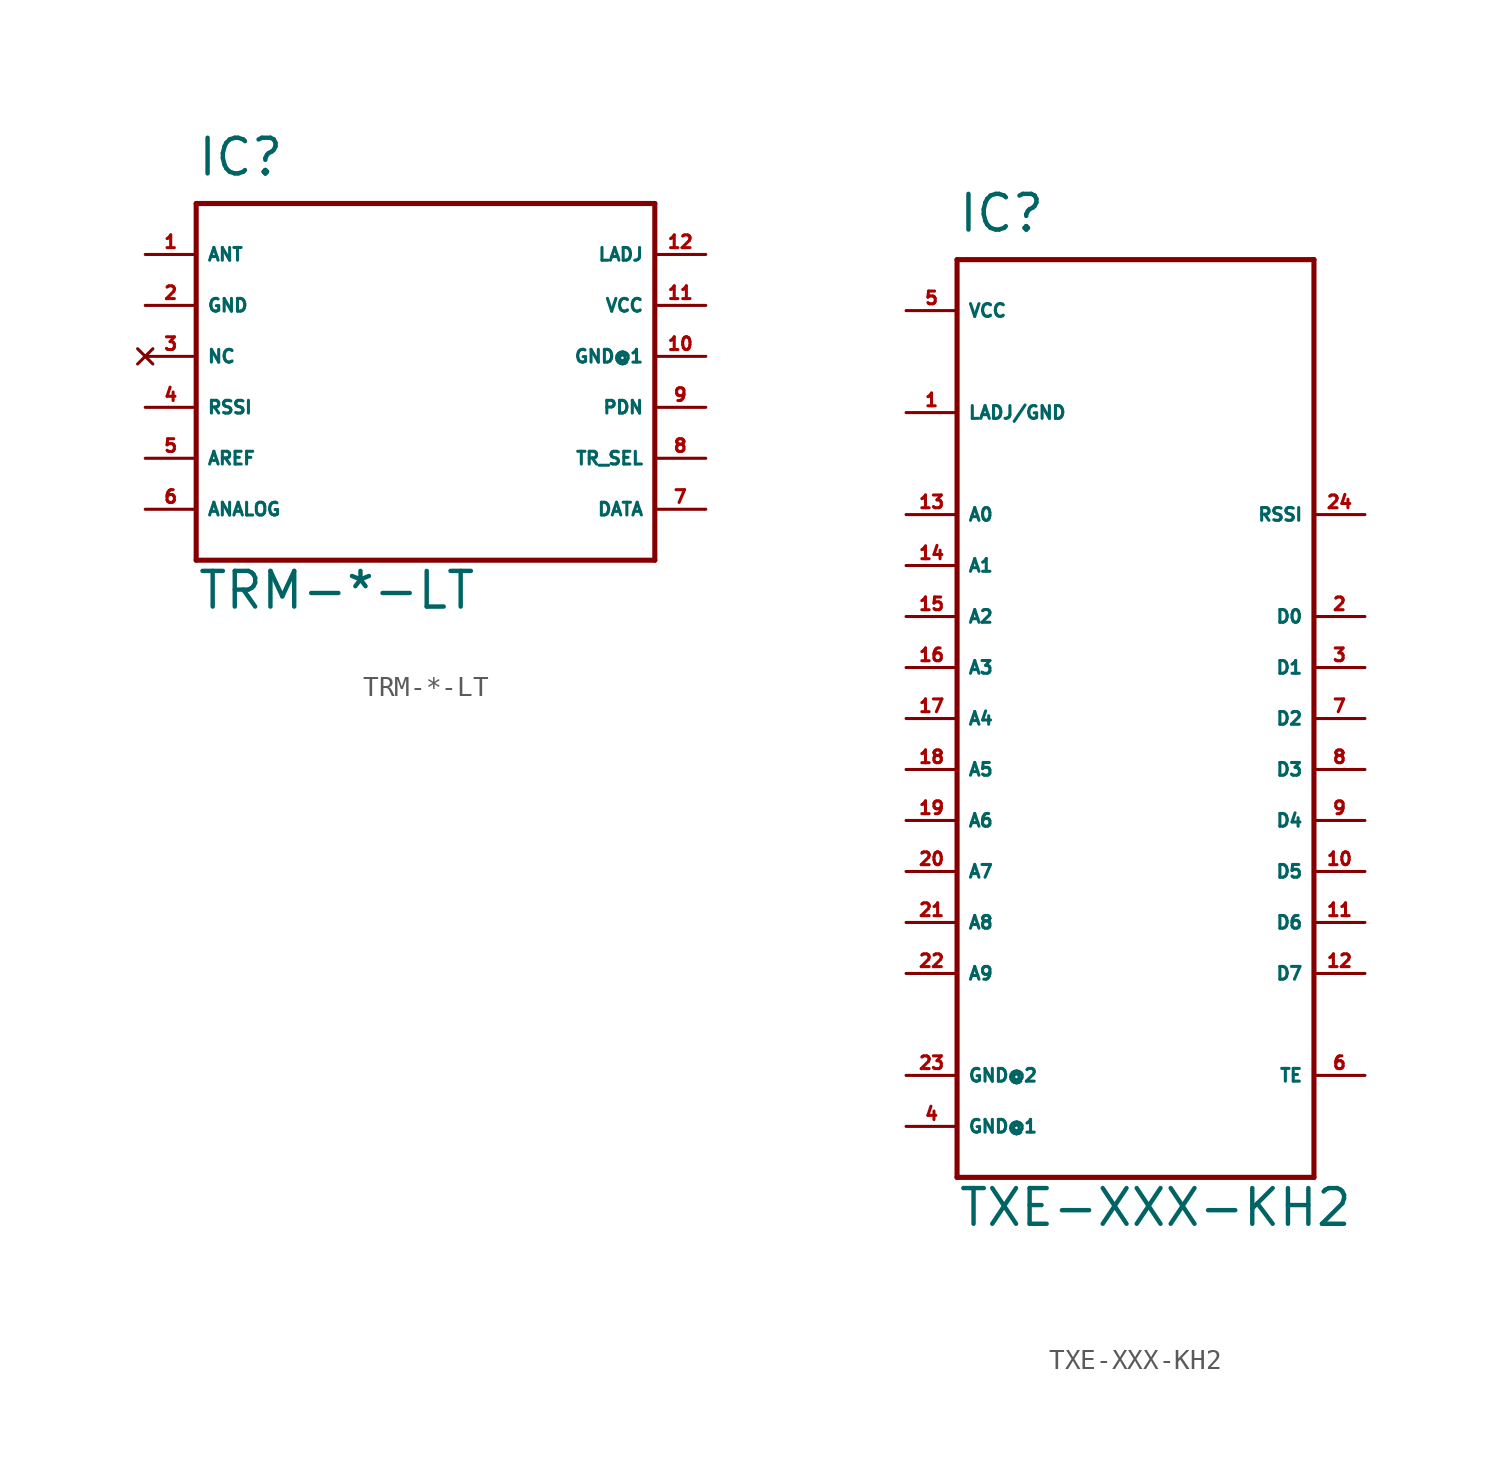
<source format=kicad_sym>
(kicad_symbol_lib
  (version 20220914)
  (generator Eagle2Kicad)
  (symbol "TRM-*-LT"
    (property "Reference" "IC"
      (at -10.16 8.89 0)
      (effects (font (size 1.778 1.778) (thickness 0.22)) (justify left bottom)))
    (property "Value" "TRM-*-LT"
      (at -10.16 -12.7 0)
      (effects (font (size 1.778 1.778) (thickness 0.22)) (justify left bottom)))
    (polyline
      (pts (xy -10.16 7.62) (xy 12.7 7.62))
      (stroke (width 0.254) (type default))
      (fill (type none)))
    (polyline
      (pts (xy 12.7 7.62) (xy 12.7 -10.16))
      (stroke (width 0.254) (type default))
      (fill (type none)))
    (polyline
      (pts (xy 12.7 -10.16) (xy -10.16 -10.16))
      (stroke (width 0.254) (type default))
      (fill (type none)))
    (polyline
      (pts (xy -10.16 -10.16) (xy -10.16 7.62))
      (stroke (width 0.254) (type default))
      (fill (type none)))
    (pin passive line
      (at -12.7 5.08 0)
      (length 2.54)
      (name "ANT" (effects (font (size 0.635 0.635) (thickness 0.08)) (justify left bottom)))
      (number "1" (effects (font (size 0.635 0.635) (thickness 0.08)) (justify left bottom))))
    (pin unspecified line
      (at -12.7 2.54 0)
      (length 2.54)
      (name "GND" (effects (font (size 0.635 0.635) (thickness 0.08)) (justify left bottom)))
      (number "2" (effects (font (size 0.635 0.635) (thickness 0.08)) (justify left bottom))))
    (pin no_connect line
      (at -12.7 0 0)
      (length 2.54)
      (name "NC" (effects (font (size 0.635 0.635) (thickness 0.08)) (justify left bottom) hide))
      (number "3" (effects (font (size 0.635 0.635) (thickness 0.08)) (justify left bottom) hide)))
    (pin passive line
      (at -12.7 -2.54 0)
      (length 2.54)
      (name "RSSI" (effects (font (size 0.635 0.635) (thickness 0.08)) (justify left bottom)))
      (number "4" (effects (font (size 0.635 0.635) (thickness 0.08)) (justify left bottom))))
    (pin passive line
      (at -12.7 -5.08 0)
      (length 2.54)
      (name "AREF" (effects (font (size 0.635 0.635) (thickness 0.08)) (justify left bottom)))
      (number "5" (effects (font (size 0.635 0.635) (thickness 0.08)) (justify left bottom))))
    (pin output line
      (at -12.7 -7.62 0)
      (length 2.54)
      (name "ANALOG" (effects (font (size 0.635 0.635) (thickness 0.08)) (justify left bottom)))
      (number "6" (effects (font (size 0.635 0.635) (thickness 0.08)) (justify left bottom))))
    (pin output line
      (at 15.24 -7.62 180)
      (length 2.54)
      (name "DATA" (effects (font (size 0.635 0.635) (thickness 0.08)) (justify left bottom)))
      (number "7" (effects (font (size 0.635 0.635) (thickness 0.08)) (justify left bottom))))
    (pin input line
      (at 15.24 -5.08 180)
      (length 2.54)
      (name "TR_SEL" (effects (font (size 0.635 0.635) (thickness 0.08)) (justify left bottom)))
      (number "8" (effects (font (size 0.635 0.635) (thickness 0.08)) (justify left bottom))))
    (pin input line
      (at 15.24 -2.54 180)
      (length 2.54)
      (name "PDN" (effects (font (size 0.635 0.635) (thickness 0.08)) (justify left bottom)))
      (number "9" (effects (font (size 0.635 0.635) (thickness 0.08)) (justify left bottom))))
    (pin unspecified line
      (at 15.24 0 180)
      (length 2.54)
      (name "GND@1" (effects (font (size 0.635 0.635) (thickness 0.08)) (justify left bottom)))
      (number "10" (effects (font (size 0.635 0.635) (thickness 0.08)) (justify left bottom))))
    (pin unspecified line
      (at 15.24 2.54 180)
      (length 2.54)
      (name "VCC" (effects (font (size 0.635 0.635) (thickness 0.08)) (justify left bottom)))
      (number "11" (effects (font (size 0.635 0.635) (thickness 0.08)) (justify left bottom))))
    (pin unspecified line
      (at 15.24 5.08 180)
      (length 2.54)
      (name "LADJ" (effects (font (size 0.635 0.635) (thickness 0.08)) (justify left bottom)))
      (number "12" (effects (font (size 0.635 0.635) (thickness 0.08)) (justify left bottom)))))
  (symbol "TXE-XXX-KH2"
    (property "Reference" "IC"
      (at -7.62 21.59 0)
      (effects (font (size 1.778 1.778) (thickness 0.22)) (justify left bottom)))
    (property "Value" "TXE-XXX-KH2"
      (at -7.62 -27.94 0)
      (effects (font (size 1.778 1.778) (thickness 0.22)) (justify left bottom)))
    (polyline
      (pts (xy -7.62 20.32) (xy 10.16 20.32))
      (stroke (width 0.254) (type default))
      (fill (type none)))
    (polyline
      (pts (xy 10.16 20.32) (xy 10.16 -25.4))
      (stroke (width 0.254) (type default))
      (fill (type none)))
    (polyline
      (pts (xy 10.16 -25.4) (xy -7.62 -25.4))
      (stroke (width 0.254) (type default))
      (fill (type none)))
    (polyline
      (pts (xy -7.62 -25.4) (xy -7.62 20.32))
      (stroke (width 0.254) (type default))
      (fill (type none)))
    (pin input line
      (at -10.16 12.7 0)
      (length 2.54)
      (name "LADJ/GND" (effects (font (size 0.635 0.635) (thickness 0.08)) (justify left bottom)))
      (number "1" (effects (font (size 0.635 0.635) (thickness 0.08)) (justify left bottom))))
    (pin unspecified line
      (at -10.16 17.78 0)
      (length 2.54)
      (name "VCC" (effects (font (size 0.635 0.635) (thickness 0.08)) (justify left bottom)))
      (number "5" (effects (font (size 0.635 0.635) (thickness 0.08)) (justify left bottom))))
    (pin unspecified line
      (at -10.16 -22.86 0)
      (length 2.54)
      (name "GND@1" (effects (font (size 0.635 0.635) (thickness 0.08)) (justify left bottom)))
      (number "4" (effects (font (size 0.635 0.635) (thickness 0.08)) (justify left bottom))))
    (pin input line
      (at 12.7 7.62 180)
      (length 2.54)
      (name "RSSI" (effects (font (size 0.635 0.635) (thickness 0.08)) (justify left bottom)))
      (number "24" (effects (font (size 0.635 0.635) (thickness 0.08)) (justify left bottom))))
    (pin input line
      (at 12.7 2.54 180)
      (length 2.54)
      (name "D0" (effects (font (size 0.635 0.635) (thickness 0.08)) (justify left bottom)))
      (number "2" (effects (font (size 0.635 0.635) (thickness 0.08)) (justify left bottom))))
    (pin input line
      (at 12.7 0 180)
      (length 2.54)
      (name "D1" (effects (font (size 0.635 0.635) (thickness 0.08)) (justify left bottom)))
      (number "3" (effects (font (size 0.635 0.635) (thickness 0.08)) (justify left bottom))))
    (pin input line
      (at 12.7 -2.54 180)
      (length 2.54)
      (name "D2" (effects (font (size 0.635 0.635) (thickness 0.08)) (justify left bottom)))
      (number "7" (effects (font (size 0.635 0.635) (thickness 0.08)) (justify left bottom))))
    (pin input line
      (at 12.7 -5.08 180)
      (length 2.54)
      (name "D3" (effects (font (size 0.635 0.635) (thickness 0.08)) (justify left bottom)))
      (number "8" (effects (font (size 0.635 0.635) (thickness 0.08)) (justify left bottom))))
    (pin input line
      (at 12.7 -7.62 180)
      (length 2.54)
      (name "D4" (effects (font (size 0.635 0.635) (thickness 0.08)) (justify left bottom)))
      (number "9" (effects (font (size 0.635 0.635) (thickness 0.08)) (justify left bottom))))
    (pin input line
      (at 12.7 -10.16 180)
      (length 2.54)
      (name "D5" (effects (font (size 0.635 0.635) (thickness 0.08)) (justify left bottom)))
      (number "10" (effects (font (size 0.635 0.635) (thickness 0.08)) (justify left bottom))))
    (pin input line
      (at 12.7 -12.7 180)
      (length 2.54)
      (name "D6" (effects (font (size 0.635 0.635) (thickness 0.08)) (justify left bottom)))
      (number "11" (effects (font (size 0.635 0.635) (thickness 0.08)) (justify left bottom))))
    (pin input line
      (at 12.7 -15.24 180)
      (length 2.54)
      (name "D7" (effects (font (size 0.635 0.635) (thickness 0.08)) (justify left bottom)))
      (number "12" (effects (font (size 0.635 0.635) (thickness 0.08)) (justify left bottom))))
    (pin input line
      (at -10.16 7.62 0)
      (length 2.54)
      (name "A0" (effects (font (size 0.635 0.635) (thickness 0.08)) (justify left bottom)))
      (number "13" (effects (font (size 0.635 0.635) (thickness 0.08)) (justify left bottom))))
    (pin input line
      (at -10.16 5.08 0)
      (length 2.54)
      (name "A1" (effects (font (size 0.635 0.635) (thickness 0.08)) (justify left bottom)))
      (number "14" (effects (font (size 0.635 0.635) (thickness 0.08)) (justify left bottom))))
    (pin input line
      (at -10.16 2.54 0)
      (length 2.54)
      (name "A2" (effects (font (size 0.635 0.635) (thickness 0.08)) (justify left bottom)))
      (number "15" (effects (font (size 0.635 0.635) (thickness 0.08)) (justify left bottom))))
    (pin input line
      (at -10.16 0 0)
      (length 2.54)
      (name "A3" (effects (font (size 0.635 0.635) (thickness 0.08)) (justify left bottom)))
      (number "16" (effects (font (size 0.635 0.635) (thickness 0.08)) (justify left bottom))))
    (pin input line
      (at -10.16 -2.54 0)
      (length 2.54)
      (name "A4" (effects (font (size 0.635 0.635) (thickness 0.08)) (justify left bottom)))
      (number "17" (effects (font (size 0.635 0.635) (thickness 0.08)) (justify left bottom))))
    (pin input line
      (at -10.16 -5.08 0)
      (length 2.54)
      (name "A5" (effects (font (size 0.635 0.635) (thickness 0.08)) (justify left bottom)))
      (number "18" (effects (font (size 0.635 0.635) (thickness 0.08)) (justify left bottom))))
    (pin input line
      (at -10.16 -7.62 0)
      (length 2.54)
      (name "A6" (effects (font (size 0.635 0.635) (thickness 0.08)) (justify left bottom)))
      (number "19" (effects (font (size 0.635 0.635) (thickness 0.08)) (justify left bottom))))
    (pin input line
      (at -10.16 -10.16 0)
      (length 2.54)
      (name "A7" (effects (font (size 0.635 0.635) (thickness 0.08)) (justify left bottom)))
      (number "20" (effects (font (size 0.635 0.635) (thickness 0.08)) (justify left bottom))))
    (pin input line
      (at -10.16 -12.7 0)
      (length 2.54)
      (name "A8" (effects (font (size 0.635 0.635) (thickness 0.08)) (justify left bottom)))
      (number "21" (effects (font (size 0.635 0.635) (thickness 0.08)) (justify left bottom))))
    (pin input line
      (at -10.16 -15.24 0)
      (length 2.54)
      (name "A9" (effects (font (size 0.635 0.635) (thickness 0.08)) (justify left bottom)))
      (number "22" (effects (font (size 0.635 0.635) (thickness 0.08)) (justify left bottom))))
    (pin input line
      (at 12.7 -20.32 180)
      (length 2.54)
      (name "TE" (effects (font (size 0.635 0.635) (thickness 0.08)) (justify left bottom)))
      (number "6" (effects (font (size 0.635 0.635) (thickness 0.08)) (justify left bottom))))
    (pin unspecified line
      (at -10.16 -20.32 0)
      (length 2.54)
      (name "GND@2" (effects (font (size 0.635 0.635) (thickness 0.08)) (justify left bottom)))
      (number "23" (effects (font (size 0.635 0.635) (thickness 0.08)) (justify left bottom))))))
</source>
